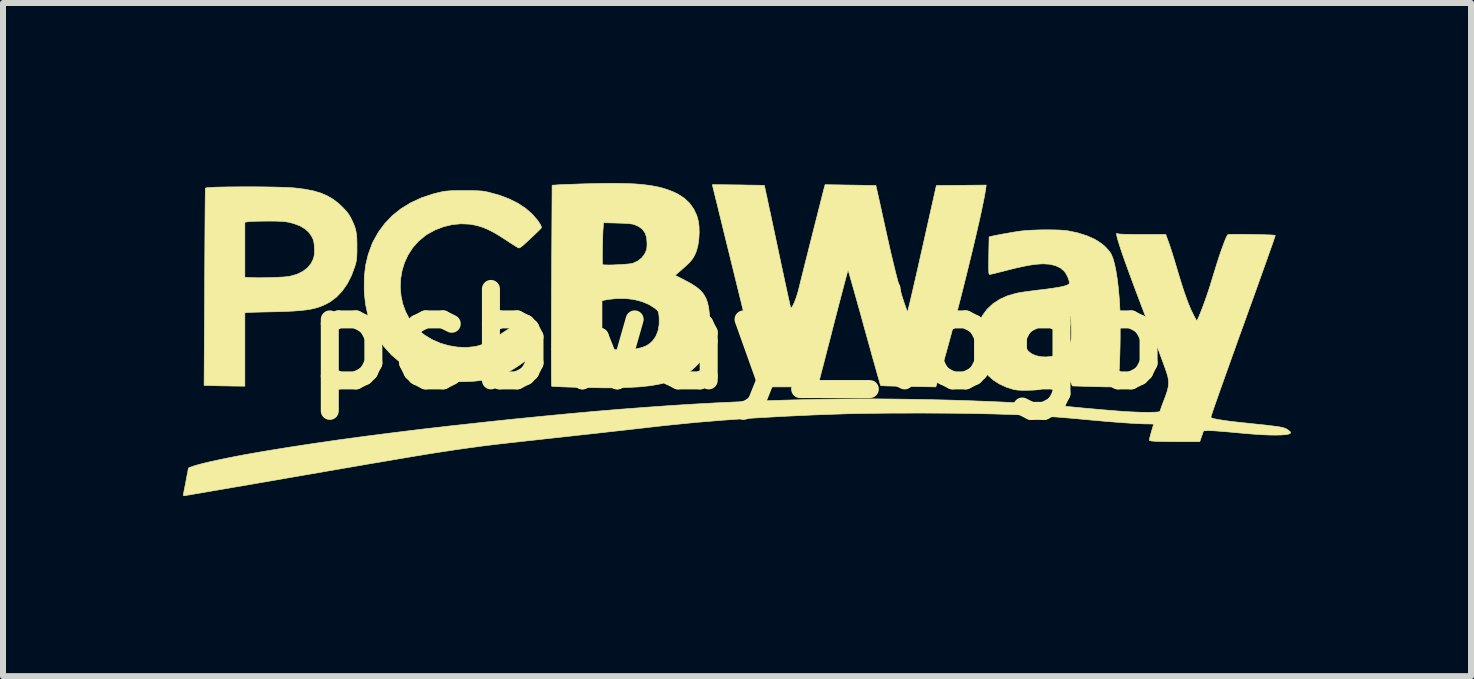
<source format=kicad_pcb>
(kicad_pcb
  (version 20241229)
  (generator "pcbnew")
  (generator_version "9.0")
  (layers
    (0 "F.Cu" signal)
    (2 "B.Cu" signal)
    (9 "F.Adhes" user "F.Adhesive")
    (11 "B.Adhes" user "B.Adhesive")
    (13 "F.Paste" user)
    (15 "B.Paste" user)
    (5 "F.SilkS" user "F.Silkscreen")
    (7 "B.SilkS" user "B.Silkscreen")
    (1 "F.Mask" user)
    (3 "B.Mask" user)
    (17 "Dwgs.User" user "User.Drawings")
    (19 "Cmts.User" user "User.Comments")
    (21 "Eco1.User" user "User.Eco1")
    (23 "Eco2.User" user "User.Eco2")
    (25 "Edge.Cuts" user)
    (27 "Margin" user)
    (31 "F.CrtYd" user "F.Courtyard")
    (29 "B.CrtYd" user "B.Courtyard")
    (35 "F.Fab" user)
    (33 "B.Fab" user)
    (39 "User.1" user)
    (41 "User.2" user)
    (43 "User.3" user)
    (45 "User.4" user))
  (footprint "pcbway_logo"
    (layer "F.Cu")
    (at 9.231 2.599)
    (property "Reference" "pcbway_logo" (at 0 0 0) (layer "F.SilkS") (effects (font (size 1.524 1.524) (thickness 0.3))))
    (attr through_hole)
    (fp_poly (pts (xy -8.027 -2.536) (xy -7.908 -2.535) (xy -7.793 -2.533) (xy -7.684 -2.531) (xy -7.584 -2.528) (xy -7.495 -2.525) (xy -7.419 -2.521) (xy -7.36 -2.516) (xy -7.36 -2.516) (xy -7.2 -2.496) (xy -7.061 -2.469) (xy -6.939 -2.433) (xy -6.83 -2.387) (xy -6.732 -2.33) (xy -6.642 -2.261) (xy -6.585 -2.208) (xy -6.532 -2.154) (xy -6.494 -2.11) (xy -6.464 -2.068) (xy -6.437 -2.022) (xy -6.424 -1.996) (xy -6.392 -1.927) (xy -6.368 -1.866) (xy -6.352 -1.807) (xy -6.341 -1.745) (xy -6.335 -1.674) (xy -6.333 -1.587) (xy -6.333 -1.53) (xy -6.333 -1.452) (xy -6.335 -1.392) (xy -6.338 -1.346) (xy -6.343 -1.307) (xy -6.351 -1.27) (xy -6.362 -1.23) (xy -6.366 -1.216) (xy -6.423 -1.06) (xy -6.493 -0.922) (xy -6.577 -0.802) (xy -6.672 -0.701) (xy -6.779 -0.62) (xy -6.849 -0.582) (xy -6.91 -0.554) (xy -6.972 -0.531) (xy -7.037 -0.512) (xy -7.109 -0.496) (xy -7.189 -0.484) (xy -7.282 -0.474) (xy -7.388 -0.466) (xy -7.512 -0.46) (xy -7.656 -0.455) (xy -7.753 -0.453) (xy -7.849 -0.451) (xy -7.939 -0.449) (xy -8.018 -0.447) (xy -8.085 -0.445) (xy -8.135 -0.443) (xy -8.166 -0.441) (xy -8.173 -0.441) (xy -8.201 -0.435) (xy -8.201 0.786) (xy -8.403 0.784) (xy -8.484 0.782) (xy -8.57 0.781) (xy -8.652 0.779) (xy -8.721 0.778) (xy -8.743 0.777) (xy -8.88 0.773) (xy -8.871 -0.868) (xy -8.87 -1.066) (xy -8.869 -1.256) (xy -8.868 -1.439) (xy -8.867 -1.612) (xy -8.866 -1.774) (xy -8.865 -1.923) (xy -8.865 -1.946) (xy -8.201 -1.946) (xy -8.201 -1.029) (xy -8.119 -1.024) (xy -8.053 -1.022) (xy -7.974 -1.02) (xy -7.887 -1.021) (xy -7.795 -1.023) (xy -7.705 -1.026) (xy -7.62 -1.03) (xy -7.546 -1.034) (xy -7.487 -1.04) (xy -7.452 -1.045) (xy -7.335 -1.078) (xy -7.237 -1.125) (xy -7.157 -1.186) (xy -7.097 -1.259) (xy -7.064 -1.325) (xy -7.051 -1.365) (xy -7.043 -1.403) (xy -7.04 -1.447) (xy -7.041 -1.505) (xy -7.042 -1.512) (xy -7.045 -1.573) (xy -7.052 -1.619) (xy -7.062 -1.657) (xy -7.079 -1.696) (xy -7.128 -1.771) (xy -7.196 -1.834) (xy -7.282 -1.885) (xy -7.389 -1.925) (xy -7.464 -1.944) (xy -7.506 -1.952) (xy -7.552 -1.957) (xy -7.604 -1.961) (xy -7.669 -1.964) (xy -7.751 -1.965) (xy -7.826 -1.965) (xy -7.907 -1.964) (xy -7.983 -1.963) (xy -8.05 -1.961) (xy -8.103 -1.959) (xy -8.138 -1.956) (xy -8.143 -1.955) (xy -8.201 -1.946) (xy -8.865 -1.946) (xy -8.864 -2.06) (xy -8.863 -2.181) (xy -8.862 -2.285) (xy -8.861 -2.372) (xy -8.86 -2.439) (xy -8.859 -2.486) (xy -8.859 -2.511) (xy -8.858 -2.514) (xy -8.842 -2.519) (xy -8.805 -2.523) (xy -8.748 -2.527) (xy -8.675 -2.53) (xy -8.587 -2.532) (xy -8.488 -2.534) (xy -8.38 -2.535) (xy -8.266 -2.536) (xy -8.147 -2.536) (xy -8.027 -2.536)) (stroke (width 0.01) (type solid)) (fill yes) (layer "F.SilkS"))
    (fp_poly (pts (xy -4.454 -2.473) (xy -4.379 -2.472) (xy -4.32 -2.47) (xy -4.272 -2.467) (xy -4.231 -2.463) (xy -4.191 -2.456) (xy -4.149 -2.448) (xy -4.138 -2.445) (xy -3.962 -2.397) (xy -3.8 -2.336) (xy -3.653 -2.263) (xy -3.524 -2.178) (xy -3.414 -2.083) (xy -3.324 -1.979) (xy -3.282 -1.916) (xy -3.264 -1.882) (xy -3.259 -1.86) (xy -3.265 -1.845) (xy -3.266 -1.844) (xy -3.279 -1.831) (xy -3.307 -1.803) (xy -3.346 -1.765) (xy -3.394 -1.719) (xy -3.448 -1.669) (xy -3.448 -1.668) (xy -3.511 -1.61) (xy -3.558 -1.567) (xy -3.593 -1.539) (xy -3.618 -1.522) (xy -3.634 -1.517) (xy -3.639 -1.517) (xy -3.656 -1.526) (xy -3.689 -1.546) (xy -3.735 -1.575) (xy -3.79 -1.61) (xy -3.835 -1.64) (xy -3.951 -1.715) (xy -4.054 -1.776) (xy -4.146 -1.823) (xy -4.232 -1.86) (xy -4.316 -1.886) (xy -4.401 -1.905) (xy -4.46 -1.914) (xy -4.602 -1.92) (xy -4.747 -1.906) (xy -4.892 -1.871) (xy -5.032 -1.817) (xy -5.161 -1.746) (xy -5.195 -1.723) (xy -5.308 -1.629) (xy -5.403 -1.522) (xy -5.48 -1.403) (xy -5.54 -1.275) (xy -5.581 -1.141) (xy -5.605 -1.003) (xy -5.611 -0.863) (xy -5.599 -0.723) (xy -5.57 -0.586) (xy -5.522 -0.455) (xy -5.457 -0.331) (xy -5.373 -0.218) (xy -5.272 -0.117) (xy -5.208 -0.067) (xy -5.083 0.009) (xy -4.946 0.069) (xy -4.802 0.111) (xy -4.656 0.135) (xy -4.511 0.141) (xy -4.372 0.127) (xy -4.314 0.114) (xy -4.24 0.09) (xy -4.163 0.057) (xy -4.08 0.011) (xy -3.984 -0.05) (xy -3.961 -0.066) (xy -3.871 -0.125) (xy -3.793 -0.176) (xy -3.728 -0.216) (xy -3.678 -0.244) (xy -3.645 -0.259) (xy -3.643 -0.259) (xy -3.631 -0.26) (xy -3.615 -0.255) (xy -3.594 -0.24) (xy -3.563 -0.213) (xy -3.522 -0.173) (xy -3.479 -0.131) (xy -3.413 -0.062) (xy -3.357 0.003) (xy -3.313 0.061) (xy -3.282 0.11) (xy -3.268 0.147) (xy -3.267 0.159) (xy -3.276 0.172) (xy -3.303 0.196) (xy -3.343 0.229) (xy -3.394 0.268) (xy -3.452 0.312) (xy -3.515 0.357) (xy -3.578 0.402) (xy -3.639 0.444) (xy -3.695 0.481) (xy -3.742 0.51) (xy -3.749 0.514) (xy -3.869 0.574) (xy -4.007 0.627) (xy -4.156 0.669) (xy -4.197 0.679) (xy -4.281 0.693) (xy -4.382 0.703) (xy -4.493 0.709) (xy -4.608 0.711) (xy -4.72 0.708) (xy -4.822 0.702) (xy -4.908 0.691) (xy -4.911 0.69) (xy -5.105 0.643) (xy -5.288 0.577) (xy -5.458 0.492) (xy -5.614 0.388) (xy -5.755 0.268) (xy -5.879 0.131) (xy -5.985 -0.021) (xy -6.043 -0.124) (xy -6.108 -0.27) (xy -6.156 -0.421) (xy -6.19 -0.581) (xy -6.209 -0.754) (xy -6.212 -0.822) (xy -6.211 -1.03) (xy -6.189 -1.226) (xy -6.145 -1.41) (xy -6.081 -1.584) (xy -6.066 -1.618) (xy -5.976 -1.78) (xy -5.868 -1.926) (xy -5.742 -2.057) (xy -5.598 -2.172) (xy -5.437 -2.27) (xy -5.258 -2.353) (xy -5.063 -2.418) (xy -4.95 -2.446) (xy -4.908 -2.455) (xy -4.868 -2.462) (xy -4.825 -2.466) (xy -4.776 -2.47) (xy -4.715 -2.472) (xy -4.638 -2.473) (xy -4.548 -2.473) (xy -4.454 -2.473)) (stroke (width 0.01) (type solid)) (fill yes) (layer "F.SilkS"))
    (fp_poly (pts (xy -1.864 -2.591) (xy -1.709 -2.585) (xy -1.571 -2.574) (xy -1.447 -2.558) (xy -1.334 -2.538) (xy -1.232 -2.513) (xy -1.138 -2.482) (xy -1.05 -2.447) (xy -0.987 -2.416) (xy -0.881 -2.348) (xy -0.791 -2.264) (xy -0.72 -2.165) (xy -0.669 -2.055) (xy -0.647 -1.975) (xy -0.633 -1.879) (xy -0.63 -1.773) (xy -0.636 -1.665) (xy -0.651 -1.562) (xy -0.675 -1.47) (xy -0.694 -1.422) (xy -0.717 -1.375) (xy -0.743 -1.334) (xy -0.774 -1.294) (xy -0.816 -1.251) (xy -0.871 -1.2) (xy -0.91 -1.166) (xy -1.031 -1.061) (xy -0.864 -0.976) (xy -0.763 -0.921) (xy -0.68 -0.868) (xy -0.613 -0.813) (xy -0.561 -0.754) (xy -0.521 -0.687) (xy -0.492 -0.61) (xy -0.472 -0.518) (xy -0.459 -0.41) (xy -0.452 -0.281) (xy -0.451 -0.247) (xy -0.449 -0.135) (xy -0.451 -0.042) (xy -0.458 0.036) (xy -0.47 0.103) (xy -0.488 0.165) (xy -0.513 0.225) (xy -0.53 0.26) (xy -0.575 0.331) (xy -0.636 0.405) (xy -0.709 0.478) (xy -0.788 0.544) (xy -0.821 0.568) (xy -0.943 0.637) (xy -1.085 0.695) (xy -1.246 0.741) (xy -1.426 0.776) (xy -1.623 0.797) (xy -1.766 0.805) (xy -1.838 0.807) (xy -1.909 0.81) (xy -1.972 0.812) (xy -2.02 0.814) (xy -2.032 0.814) (xy -2.062 0.815) (xy -2.112 0.814) (xy -2.181 0.814) (xy -2.264 0.813) (xy -2.359 0.811) (xy -2.462 0.809) (xy -2.571 0.807) (xy -2.594 0.807) (xy -2.7 0.804) (xy -2.799 0.801) (xy -2.887 0.798) (xy -2.963 0.795) (xy -3.023 0.792) (xy -3.065 0.789) (xy -3.087 0.787) (xy -3.089 0.786) (xy -3.09 0.773) (xy -3.091 0.737) (xy -3.092 0.679) (xy -3.093 0.601) (xy -3.093 0.504) (xy -3.093 0.39) (xy -3.094 0.259) (xy -3.094 0.112) (xy -3.093 -0.048) (xy -3.093 -0.22) (xy -3.092 -0.404) (xy -3.092 -0.598) (xy -3.091 -0.639) (xy -2.25 -0.639) (xy -2.25 0.168) (xy -2.21 0.173) (xy -2.163 0.176) (xy -2.099 0.179) (xy -2.024 0.179) (xy -1.943 0.179) (xy -1.863 0.177) (xy -1.789 0.174) (xy -1.727 0.17) (xy -1.683 0.165) (xy -1.681 0.164) (xy -1.588 0.143) (xy -1.513 0.114) (xy -1.452 0.074) (xy -1.405 0.03) (xy -1.352 -0.045) (xy -1.316 -0.136) (xy -1.297 -0.24) (xy -1.297 -0.355) (xy -1.3 -0.389) (xy -1.305 -0.432) (xy -1.314 -0.459) (xy -1.331 -0.481) (xy -1.361 -0.506) (xy -1.367 -0.512) (xy -1.469 -0.576) (xy -1.586 -0.625) (xy -1.716 -0.658) (xy -1.857 -0.675) (xy -2.004 -0.675) (xy -2.156 -0.658) (xy -2.216 -0.646) (xy -2.25 -0.639) (xy -3.091 -0.639) (xy -3.091 -0.801) (xy -3.09 -0.893) (xy -3.088 -1.329) (xy -2.244 -1.329) (xy -2.243 -1.281) (xy -2.242 -1.25) (xy -2.24 -1.24) (xy -2.224 -1.236) (xy -2.188 -1.234) (xy -2.137 -1.233) (xy -2.075 -1.234) (xy -2.007 -1.237) (xy -1.938 -1.24) (xy -1.871 -1.245) (xy -1.812 -1.25) (xy -1.765 -1.256) (xy -1.734 -1.262) (xy -1.733 -1.263) (xy -1.65 -1.301) (xy -1.583 -1.356) (xy -1.533 -1.426) (xy -1.533 -1.428) (xy -1.515 -1.468) (xy -1.504 -1.504) (xy -1.5 -1.547) (xy -1.499 -1.596) (xy -1.506 -1.689) (xy -1.531 -1.766) (xy -1.574 -1.827) (xy -1.636 -1.874) (xy -1.713 -1.908) (xy -1.749 -1.916) (xy -1.8 -1.923) (xy -1.87 -1.928) (xy -1.961 -1.931) (xy -1.998 -1.932) (xy -2.223 -1.938) (xy -2.23 -1.861) (xy -2.233 -1.817) (xy -2.236 -1.758) (xy -2.238 -1.69) (xy -2.24 -1.615) (xy -2.242 -1.537) (xy -2.243 -1.461) (xy -2.244 -1.391) (xy -2.244 -1.329) (xy -3.088 -1.329) (xy -3.081 -2.562) (xy -2.983 -2.569) (xy -2.948 -2.571) (xy -2.892 -2.573) (xy -2.819 -2.576) (xy -2.732 -2.579) (xy -2.636 -2.583) (xy -2.533 -2.586) (xy -2.443 -2.588) (xy -2.229 -2.593) (xy -2.036 -2.594) (xy -1.864 -2.591)) (stroke (width 0.01) (type solid)) (fill yes) (layer "F.SilkS"))
    (fp_poly (pts (xy 5.291 -1.818) (xy 5.38 -1.815) (xy 5.454 -1.81) (xy 5.503 -1.805) (xy 5.677 -1.769) (xy 5.829 -1.721) (xy 5.96 -1.663) (xy 6.07 -1.593) (xy 6.127 -1.546) (xy 6.167 -1.504) (xy 6.205 -1.46) (xy 6.232 -1.421) (xy 6.236 -1.413) (xy 6.265 -1.342) (xy 6.292 -1.248) (xy 6.315 -1.133) (xy 6.337 -0.998) (xy 6.355 -0.843) (xy 6.37 -0.671) (xy 6.375 -0.593) (xy 6.38 -0.499) (xy 6.383 -0.392) (xy 6.385 -0.274) (xy 6.385 -0.149) (xy 6.385 -0.021) (xy 6.383 0.109) (xy 6.38 0.236) (xy 6.376 0.358) (xy 6.371 0.472) (xy 6.365 0.573) (xy 6.358 0.659) (xy 6.351 0.728) (xy 6.343 0.771) (xy 6.339 0.784) (xy 6.33 0.792) (xy 6.311 0.796) (xy 6.277 0.798) (xy 6.226 0.798) (xy 6.179 0.798) (xy 6.114 0.797) (xy 6.036 0.795) (xy 5.951 0.793) (xy 5.864 0.791) (xy 5.852 0.79) (xy 5.589 0.782) (xy 5.544 0.681) (xy 5.524 0.637) (xy 5.508 0.603) (xy 5.497 0.583) (xy 5.495 0.581) (xy 5.484 0.588) (xy 5.462 0.609) (xy 5.432 0.638) (xy 5.431 0.638) (xy 5.345 0.709) (xy 5.242 0.769) (xy 5.128 0.817) (xy 5.122 0.818) (xy 5.077 0.832) (xy 5.034 0.841) (xy 4.987 0.848) (xy 4.929 0.852) (xy 4.856 0.854) (xy 4.756 0.855) (xy 4.677 0.851) (xy 4.618 0.842) (xy 4.614 0.842) (xy 4.49 0.803) (xy 4.372 0.749) (xy 4.267 0.681) (xy 4.179 0.603) (xy 4.167 0.589) (xy 4.117 0.522) (xy 4.07 0.441) (xy 4.031 0.355) (xy 4.009 0.29) (xy 3.994 0.214) (xy 3.984 0.123) (xy 3.982 0.026) (xy 3.984 -0.013) (xy 4.772 -0.013) (xy 4.78 0.063) (xy 4.807 0.136) (xy 4.854 0.203) (xy 4.855 0.204) (xy 4.908 0.246) (xy 4.979 0.277) (xy 5.061 0.295) (xy 5.15 0.299) (xy 5.242 0.29) (xy 5.327 0.268) (xy 5.416 0.228) (xy 5.483 0.179) (xy 5.531 0.118) (xy 5.56 0.045) (xy 5.564 0.03) (xy 5.568 0.001) (xy 5.57 -0.045) (xy 5.571 -0.1) (xy 5.57 -0.162) (xy 5.569 -0.224) (xy 5.566 -0.281) (xy 5.562 -0.33) (xy 5.558 -0.364) (xy 5.553 -0.38) (xy 5.553 -0.38) (xy 5.537 -0.382) (xy 5.501 -0.381) (xy 5.452 -0.378) (xy 5.393 -0.373) (xy 5.331 -0.367) (xy 5.27 -0.36) (xy 5.215 -0.352) (xy 5.172 -0.345) (xy 5.17 -0.345) (xy 5.093 -0.324) (xy 5.015 -0.296) (xy 4.942 -0.262) (xy 4.882 -0.226) (xy 4.865 -0.212) (xy 4.815 -0.155) (xy 4.784 -0.087) (xy 4.772 -0.013) (xy 3.984 -0.013) (xy 3.986 -0.067) (xy 3.996 -0.145) (xy 4.034 -0.276) (xy 4.091 -0.393) (xy 4.168 -0.497) (xy 4.264 -0.587) (xy 4.377 -0.661) (xy 4.508 -0.72) (xy 4.654 -0.762) (xy 4.655 -0.762) (xy 4.699 -0.771) (xy 4.762 -0.781) (xy 4.839 -0.792) (xy 4.923 -0.803) (xy 5.009 -0.814) (xy 5.033 -0.817) (xy 5.168 -0.833) (xy 5.28 -0.849) (xy 5.371 -0.864) (xy 5.441 -0.879) (xy 5.491 -0.894) (xy 5.523 -0.909) (xy 5.538 -0.924) (xy 5.54 -0.931) (xy 5.532 -0.976) (xy 5.513 -1.029) (xy 5.486 -1.083) (xy 5.455 -1.128) (xy 5.453 -1.13) (xy 5.39 -1.184) (xy 5.309 -1.222) (xy 5.211 -1.246) (xy 5.098 -1.253) (xy 4.992 -1.246) (xy 4.919 -1.237) (xy 4.84 -1.224) (xy 4.752 -1.206) (xy 4.651 -1.184) (xy 4.534 -1.155) (xy 4.423 -1.126) (xy 4.357 -1.11) (xy 4.299 -1.095) (xy 4.252 -1.084) (xy 4.221 -1.078) (xy 4.211 -1.076) (xy 4.205 -1.078) (xy 4.2 -1.085) (xy 4.197 -1.099) (xy 4.195 -1.124) (xy 4.194 -1.162) (xy 4.193 -1.217) (xy 4.194 -1.289) (xy 4.195 -1.384) (xy 4.195 -1.388) (xy 4.196 -1.472) (xy 4.198 -1.548) (xy 4.199 -1.612) (xy 4.2 -1.661) (xy 4.201 -1.692) (xy 4.202 -1.702) (xy 4.215 -1.706) (xy 4.249 -1.714) (xy 4.298 -1.724) (xy 4.359 -1.736) (xy 4.427 -1.749) (xy 4.498 -1.761) (xy 4.569 -1.774) (xy 4.635 -1.785) (xy 4.691 -1.793) (xy 4.723 -1.798) (xy 4.797 -1.806) (xy 4.886 -1.812) (xy 4.985 -1.816) (xy 5.088 -1.819) (xy 5.192 -1.819) (xy 5.291 -1.818)) (stroke (width 0.01) (type solid)) (fill yes) (layer "F.SilkS"))
    (fp_poly (pts (xy -0.367 -2.572) (xy -0.317 -2.571) (xy -0.253 -2.571) (xy -0.178 -2.57) (xy -0.095 -2.569) (xy -0.007 -2.568) (xy 0.081 -2.567) (xy 0.168 -2.565) (xy 0.248 -2.564) (xy 0.32 -2.563) (xy 0.38 -2.562) (xy 0.425 -2.561) (xy 0.45 -2.56) (xy 0.456 -2.56) (xy 0.458 -2.548) (xy 0.466 -2.514) (xy 0.477 -2.46) (xy 0.493 -2.388) (xy 0.512 -2.299) (xy 0.534 -2.194) (xy 0.56 -2.077) (xy 0.587 -1.948) (xy 0.617 -1.808) (xy 0.648 -1.661) (xy 0.671 -1.554) (xy 0.703 -1.402) (xy 0.734 -1.256) (xy 0.764 -1.118) (xy 0.791 -0.99) (xy 0.816 -0.874) (xy 0.838 -0.772) (xy 0.857 -0.685) (xy 0.873 -0.615) (xy 0.884 -0.564) (xy 0.891 -0.534) (xy 0.893 -0.527) (xy 0.903 -0.521) (xy 0.918 -0.536) (xy 0.937 -0.568) (xy 0.958 -0.614) (xy 0.98 -0.671) (xy 1.001 -0.735) (xy 1.021 -0.803) (xy 1.029 -0.835) (xy 1.04 -0.878) (xy 1.055 -0.94) (xy 1.074 -1.017) (xy 1.097 -1.108) (xy 1.122 -1.21) (xy 1.15 -1.321) (xy 1.18 -1.438) (xy 1.21 -1.56) (xy 1.242 -1.684) (xy 1.273 -1.809) (xy 1.304 -1.931) (xy 1.334 -2.049) (xy 1.362 -2.16) (xy 1.388 -2.262) (xy 1.411 -2.354) (xy 1.431 -2.432) (xy 1.447 -2.495) (xy 1.459 -2.54) (xy 1.466 -2.566) (xy 1.467 -2.571) (xy 1.479 -2.571) (xy 1.513 -2.571) (xy 1.565 -2.57) (xy 1.634 -2.569) (xy 1.715 -2.568) (xy 1.807 -2.566) (xy 1.892 -2.565) (xy 2.314 -2.558) (xy 2.359 -2.359) (xy 2.374 -2.291) (xy 2.393 -2.206) (xy 2.414 -2.109) (xy 2.437 -2.005) (xy 2.46 -1.9) (xy 2.479 -1.814) (xy 2.52 -1.63) (xy 2.56 -1.451) (xy 2.601 -1.28) (xy 2.64 -1.12) (xy 2.678 -0.973) (xy 2.713 -0.842) (xy 2.745 -0.73) (xy 2.772 -0.644) (xy 2.793 -0.581) (xy 2.812 -0.527) (xy 2.827 -0.485) (xy 2.838 -0.46) (xy 2.841 -0.454) (xy 2.845 -0.465) (xy 2.854 -0.498) (xy 2.867 -0.551) (xy 2.884 -0.622) (xy 2.905 -0.711) (xy 2.929 -0.815) (xy 2.956 -0.932) (xy 2.986 -1.062) (xy 3.018 -1.202) (xy 3.051 -1.35) (xy 3.086 -1.504) (xy 3.322 -2.558) (xy 3.737 -2.561) (xy 4.152 -2.565) (xy 4.144 -2.501) (xy 4.133 -2.434) (xy 4.117 -2.345) (xy 4.095 -2.237) (xy 4.069 -2.112) (xy 4.038 -1.972) (xy 4.003 -1.819) (xy 3.965 -1.655) (xy 3.924 -1.482) (xy 3.88 -1.302) (xy 3.835 -1.117) (xy 3.788 -0.929) (xy 3.741 -0.741) (xy 3.693 -0.553) (xy 3.645 -0.37) (xy 3.598 -0.191) (xy 3.553 -0.02) (xy 3.509 0.141) (xy 3.467 0.291) (xy 3.428 0.428) (xy 3.392 0.548) (xy 3.36 0.652) (xy 3.356 0.665) (xy 3.313 0.798) (xy 2.857 0.79) (xy 2.754 0.789) (xy 2.659 0.786) (xy 2.575 0.784) (xy 2.503 0.782) (xy 2.447 0.78) (xy 2.41 0.778) (xy 2.394 0.776) (xy 2.394 0.776) (xy 2.389 0.763) (xy 2.379 0.729) (xy 2.364 0.675) (xy 2.343 0.603) (xy 2.318 0.514) (xy 2.289 0.411) (xy 2.256 0.295) (xy 2.221 0.168) (xy 2.183 0.032) (xy 2.143 -0.112) (xy 2.121 -0.19) (xy 2.081 -0.338) (xy 2.042 -0.478) (xy 2.005 -0.61) (xy 1.971 -0.731) (xy 1.94 -0.841) (xy 1.913 -0.936) (xy 1.89 -1.016) (xy 1.872 -1.079) (xy 1.859 -1.123) (xy 1.852 -1.146) (xy 1.851 -1.149) (xy 1.847 -1.138) (xy 1.837 -1.104) (xy 1.823 -1.051) (xy 1.804 -0.98) (xy 1.781 -0.893) (xy 1.754 -0.791) (xy 1.724 -0.676) (xy 1.691 -0.55) (xy 1.656 -0.415) (xy 1.619 -0.273) (xy 1.609 -0.233) (xy 1.572 -0.087) (xy 1.536 0.053) (xy 1.501 0.186) (xy 1.47 0.309) (xy 1.441 0.421) (xy 1.415 0.519) (xy 1.394 0.601) (xy 1.377 0.667) (xy 1.365 0.713) (xy 1.358 0.738) (xy 1.357 0.741) (xy 1.341 0.798) (xy 0.413 0.798) (xy 0.401 0.741) (xy 0.396 0.722) (xy 0.386 0.682) (xy 0.372 0.621) (xy 0.352 0.54) (xy 0.328 0.442) (xy 0.3 0.327) (xy 0.268 0.197) (xy 0.233 0.053) (xy 0.195 -0.103) (xy 0.154 -0.27) (xy 0.11 -0.446) (xy 0.065 -0.631) (xy 0.018 -0.822) (xy -0.012 -0.943) (xy -0.059 -1.136) (xy -0.105 -1.323) (xy -0.149 -1.502) (xy -0.191 -1.672) (xy -0.23 -1.831) (xy -0.266 -1.979) (xy -0.299 -2.113) (xy -0.328 -2.233) (xy -0.354 -2.336) (xy -0.375 -2.423) (xy -0.392 -2.491) (xy -0.403 -2.539) (xy -0.41 -2.566) (xy -0.411 -2.571) (xy -0.4 -2.572) (xy -0.367 -2.572)) (stroke (width 0.01) (type solid)) (fill yes) (layer "F.SilkS"))
    (fp_poly (pts (xy 6.369 -1.75) (xy 6.393 -1.748) (xy 6.438 -1.746) (xy 6.5 -1.744) (xy 6.575 -1.743) (xy 6.661 -1.742) (xy 6.754 -1.742) (xy 6.78 -1.742) (xy 7.144 -1.742) (xy 7.189 -1.619) (xy 7.208 -1.566) (xy 7.231 -1.496) (xy 7.256 -1.417) (xy 7.282 -1.334) (xy 7.301 -1.271) (xy 7.351 -1.103) (xy 7.396 -0.957) (xy 7.436 -0.83) (xy 7.474 -0.72) (xy 7.508 -0.626) (xy 7.54 -0.546) (xy 7.57 -0.476) (xy 7.584 -0.448) (xy 7.611 -0.394) (xy 7.634 -0.35) (xy 7.651 -0.319) (xy 7.661 -0.305) (xy 7.662 -0.304) (xy 7.674 -0.324) (xy 7.692 -0.363) (xy 7.715 -0.418) (xy 7.742 -0.485) (xy 7.771 -0.562) (xy 7.801 -0.645) (xy 7.831 -0.73) (xy 7.859 -0.814) (xy 7.885 -0.893) (xy 7.896 -0.931) (xy 7.944 -1.087) (xy 7.988 -1.23) (xy 8.029 -1.358) (xy 8.067 -1.47) (xy 8.101 -1.564) (xy 8.13 -1.64) (xy 8.153 -1.695) (xy 8.172 -1.73) (xy 8.18 -1.739) (xy 8.195 -1.742) (xy 8.23 -1.743) (xy 8.282 -1.744) (xy 8.348 -1.744) (xy 8.424 -1.744) (xy 8.506 -1.743) (xy 8.591 -1.742) (xy 8.676 -1.74) (xy 8.756 -1.739) (xy 8.828 -1.736) (xy 8.889 -1.734) (xy 8.935 -1.731) (xy 8.963 -1.729) (xy 8.969 -1.727) (xy 8.966 -1.715) (xy 8.955 -1.682) (xy 8.937 -1.628) (xy 8.912 -1.556) (xy 8.88 -1.466) (xy 8.843 -1.361) (xy 8.8 -1.24) (xy 8.752 -1.106) (xy 8.7 -0.96) (xy 8.644 -0.803) (xy 8.584 -0.637) (xy 8.521 -0.463) (xy 8.456 -0.281) (xy 8.431 -0.211) (xy 8.364 -0.028) (xy 8.301 0.15) (xy 8.24 0.319) (xy 8.183 0.48) (xy 8.129 0.63) (xy 8.08 0.769) (xy 8.035 0.895) (xy 7.996 1.007) (xy 7.962 1.103) (xy 7.935 1.182) (xy 7.914 1.243) (xy 7.901 1.285) (xy 7.895 1.305) (xy 7.895 1.307) (xy 7.916 1.318) (xy 7.958 1.33) (xy 8.02 1.342) (xy 8.104 1.355) (xy 8.21 1.37) (xy 8.338 1.385) (xy 8.49 1.401) (xy 8.563 1.409) (xy 8.695 1.423) (xy 8.805 1.434) (xy 8.895 1.445) (xy 8.968 1.454) (xy 9.026 1.462) (xy 9.072 1.471) (xy 9.107 1.479) (xy 9.134 1.488) (xy 9.155 1.498) (xy 9.173 1.508) (xy 9.173 1.509) (xy 9.202 1.531) (xy 9.222 1.551) (xy 9.225 1.557) (xy 9.219 1.572) (xy 9.191 1.585) (xy 9.141 1.594) (xy 9.071 1.599) (xy 8.982 1.601) (xy 8.876 1.6) (xy 8.754 1.595) (xy 8.617 1.586) (xy 8.466 1.574) (xy 8.327 1.561) (xy 8.228 1.552) (xy 8.133 1.544) (xy 8.046 1.537) (xy 7.971 1.531) (xy 7.91 1.528) (xy 7.868 1.526) (xy 7.856 1.526) (xy 7.774 1.53) (xy 7.742 1.621) (xy 7.711 1.711) (xy 7.593 1.711) (xy 7.44 1.711) (xy 7.31 1.71) (xy 7.201 1.709) (xy 7.111 1.708) (xy 7.038 1.707) (xy 6.981 1.705) (xy 6.938 1.702) (xy 6.907 1.699) (xy 6.886 1.695) (xy 6.875 1.691) (xy 6.87 1.686) (xy 6.87 1.684) (xy 6.874 1.664) (xy 6.883 1.627) (xy 6.896 1.579) (xy 6.906 1.542) (xy 6.921 1.492) (xy 6.933 1.451) (xy 6.941 1.425) (xy 6.942 1.418) (xy 6.931 1.417) (xy 6.902 1.416) (xy 6.861 1.415) (xy 6.853 1.415) (xy 6.78 1.414) (xy 6.687 1.41) (xy 6.576 1.404) (xy 6.452 1.396) (xy 6.318 1.386) (xy 6.176 1.375) (xy 6.032 1.362) (xy 6.005 1.36) (xy 5.821 1.343) (xy 5.657 1.328) (xy 5.51 1.315) (xy 5.378 1.304) (xy 5.257 1.295) (xy 5.143 1.286) (xy 5.034 1.279) (xy 4.926 1.273) (xy 4.816 1.268) (xy 4.701 1.263) (xy 4.577 1.258) (xy 4.441 1.254) (xy 4.29 1.249) (xy 4.161 1.246) (xy 4.027 1.243) (xy 3.873 1.24) (xy 3.704 1.238) (xy 3.523 1.236) (xy 3.333 1.235) (xy 3.137 1.234) (xy 2.94 1.234) (xy 2.744 1.235) (xy 2.552 1.235) (xy 2.369 1.237) (xy 2.198 1.239) (xy 2.041 1.241) (xy 1.904 1.244) (xy 1.826 1.246) (xy 1.285 1.265) (xy 0.763 1.289) (xy 0.259 1.318) (xy -0.224 1.352) (xy -0.686 1.39) (xy -1.125 1.434) (xy -1.294 1.452) (xy -1.585 1.485) (xy -1.855 1.516) (xy -2.108 1.544) (xy -2.348 1.571) (xy -2.578 1.596) (xy -2.802 1.621) (xy -3.023 1.645) (xy -3.187 1.663) (xy -3.348 1.681) (xy -3.497 1.697) (xy -3.637 1.713) (xy -3.768 1.727) (xy -3.893 1.742) (xy -4.012 1.755) (xy -4.127 1.769) (xy -4.239 1.783) (xy -4.35 1.798) (xy -4.462 1.813) (xy -4.575 1.829) (xy -4.691 1.845) (xy -4.812 1.864) (xy -4.938 1.883) (xy -5.073 1.904) (xy -5.216 1.927) (xy -5.369 1.952) (xy -5.534 1.98) (xy -5.712 2.01) (xy -5.905 2.043) (xy -6.113 2.078) (xy -6.339 2.117) (xy -6.584 2.159) (xy -6.85 2.205) (xy -7.137 2.255) (xy -7.278 2.279) (xy -7.491 2.316) (xy -7.697 2.352) (xy -7.895 2.386) (xy -8.085 2.419) (xy -8.264 2.45) (xy -8.432 2.478) (xy -8.587 2.505) (xy -8.728 2.529) (xy -8.854 2.551) (xy -8.964 2.57) (xy -9.055 2.585) (xy -9.127 2.598) (xy -9.179 2.606) (xy -9.21 2.611) (xy -9.218 2.613) (xy -9.226 2.603) (xy -9.225 2.585) (xy -9.22 2.565) (xy -9.213 2.525) (xy -9.202 2.47) (xy -9.189 2.406) (xy -9.18 2.354) (xy -9.141 2.15) (xy -9.098 2.132) (xy -9.046 2.114) (xy -8.974 2.093) (xy -8.881 2.069) (xy -8.771 2.043) (xy -8.646 2.016) (xy -8.507 1.987) (xy -8.357 1.957) (xy -8.199 1.927) (xy -8.033 1.898) (xy -7.865 1.869) (xy -7.467 1.804) (xy -7.059 1.742) (xy -6.638 1.681) (xy -6.203 1.622) (xy -5.75 1.564) (xy -5.279 1.506) (xy -4.785 1.449) (xy -4.699 1.44) (xy -4.192 1.384) (xy -3.707 1.333) (xy -3.241 1.287) (xy -2.793 1.244) (xy -2.36 1.205) (xy -1.941 1.17) (xy -1.533 1.139) (xy -1.135 1.111) (xy -0.744 1.086) (xy -0.358 1.065) (xy 0.025 1.047) (xy 0.407 1.031) (xy 0.789 1.019) (xy 1.175 1.009) (xy 1.451 1.003) (xy 1.73 1) (xy 2.02 0.998) (xy 2.318 0.998) (xy 2.621 1.001) (xy 2.927 1.005) (xy 3.232 1.011) (xy 3.536 1.018) (xy 3.835 1.027) (xy 4.125 1.038) (xy 4.406 1.05) (xy 4.674 1.064) (xy 4.926 1.079) (xy 5.161 1.095) (xy 5.374 1.113) (xy 5.444 1.119) (xy 5.643 1.138) (xy 5.821 1.155) (xy 5.978 1.169) (xy 6.117 1.181) (xy 6.239 1.191) (xy 6.348 1.2) (xy 6.443 1.207) (xy 6.529 1.212) (xy 6.606 1.216) (xy 6.676 1.219) (xy 6.741 1.221) (xy 6.804 1.221) (xy 6.842 1.222) (xy 6.92 1.221) (xy 6.976 1.219) (xy 7.015 1.216) (xy 7.038 1.211) (xy 7.049 1.203) (xy 7.052 1.196) (xy 7.056 1.181) (xy 7.067 1.148) (xy 7.084 1.101) (xy 7.105 1.045) (xy 7.113 1.026) (xy 7.146 0.937) (xy 7.17 0.865) (xy 7.184 0.806) (xy 7.191 0.754) (xy 7.191 0.705) (xy 7.184 0.654) (xy 7.18 0.632) (xy 7.171 0.598) (xy 7.154 0.544) (xy 7.129 0.472) (xy 7.097 0.385) (xy 7.06 0.284) (xy 7.019 0.173) (xy 6.973 0.053) (xy 6.966 0.036) (xy 6.875 -0.201) (xy 6.789 -0.424) (xy 6.71 -0.632) (xy 6.637 -0.825) (xy 6.572 -1.001) (xy 6.513 -1.161) (xy 6.462 -1.302) (xy 6.419 -1.425) (xy 6.384 -1.529) (xy 6.358 -1.612) (xy 6.339 -1.674) (xy 6.331 -1.71) (xy 6.322 -1.758) (xy 6.369 -1.75)) (stroke (width 0.01) (type solid)) (fill yes) (layer "F.SilkS")))
  (gr_rect
    (start -3 -3)
    (end 21.462 8.217)
    (stroke (width 0.1) (type default))
    (fill no)
    (layer "Edge.Cuts")))
</source>
